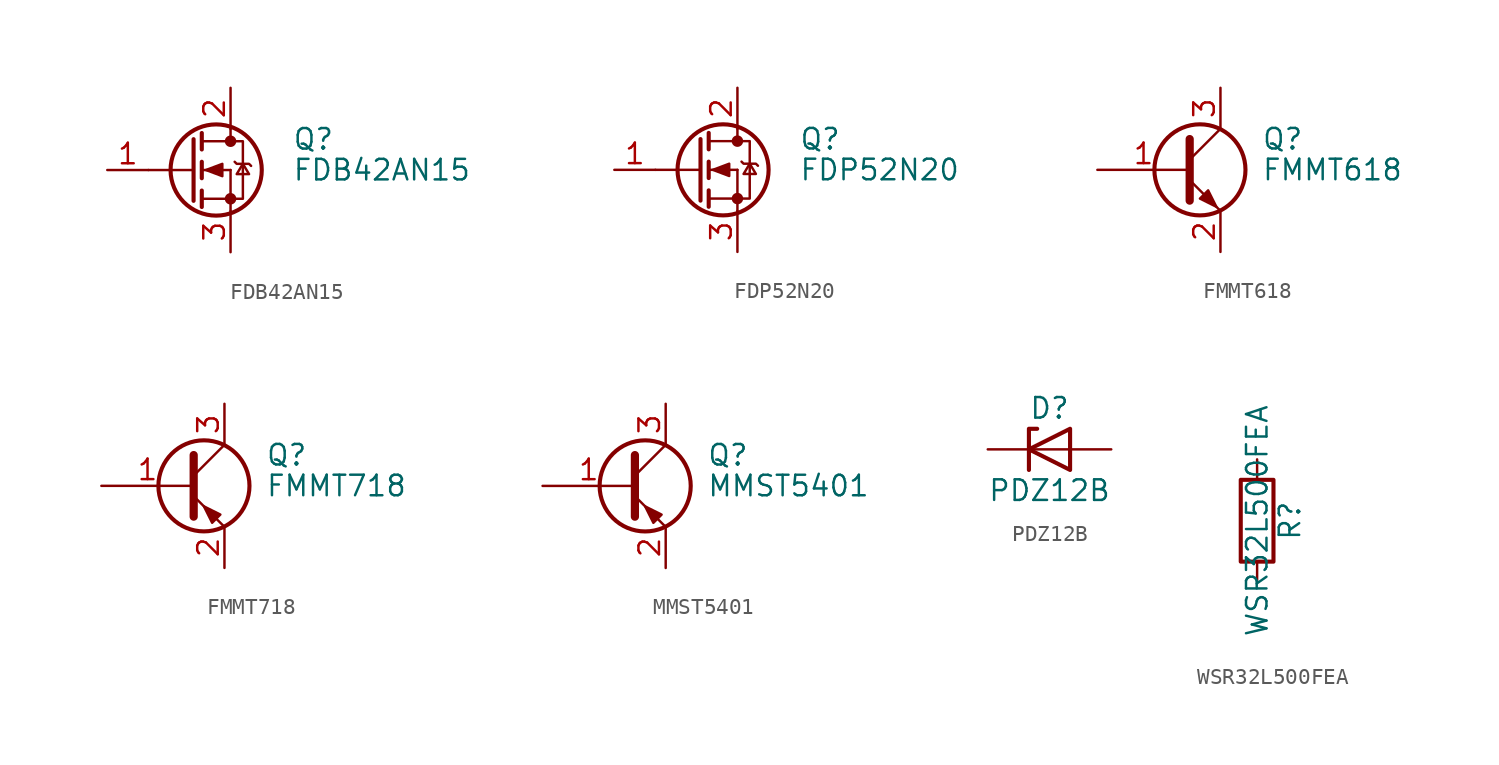
<source format=kicad_sym>
(kicad_symbol_lib
  (version 20211014)
  (generator kicad_symbol_editor)
  (symbol "FDB42AN15"
    (pin_names
      (offset 0) hide)
    (property "Reference" "Q"
      (at 6.35 1.905 0)
      (effects (font (size 1.27 1.27)) (justify left)))
    (property "Value" "FDB42AN15"
      (at 6.35 0 0)
      (effects (font (size 1.27 1.27)) (justify left)))
    (symbol "FDB42AN15_0_1"
      (polyline (pts (xy 0.254 0) (xy -2.54 0)) (stroke (width 0) (type default) (color 0 0 0 0)) (fill (type none)))
      (polyline (pts (xy 0.762 -1.778) (xy 2.54 -1.778)) (stroke (width 0) (type default) (color 0 0 0 0)) (fill (type none)))
      (polyline (pts (xy 0.762 -1.27) (xy 0.762 -2.286)) (stroke (width 0.254) (type default) (color 0 0 0 0)) (fill (type none)))
      (polyline (pts (xy 0.762 0) (xy 2.54 0)) (stroke (width 0) (type default) (color 0 0 0 0)) (fill (type none)))
      (polyline (pts (xy 0.762 0.508) (xy 0.762 -0.508)) (stroke (width 0.254) (type default) (color 0 0 0 0)) (fill (type none)))
      (polyline (pts (xy 0.762 1.778) (xy 2.54 1.778)) (stroke (width 0) (type default) (color 0 0 0 0)) (fill (type none)))
      (polyline (pts (xy 0.762 2.286) (xy 0.762 1.27)) (stroke (width 0.254) (type default) (color 0 0 0 0)) (fill (type none)))
      (polyline (pts (xy 2.54 -1.778) (xy 2.54 -2.54)) (stroke (width 0) (type default) (color 0 0 0 0)) (fill (type none)))
      (polyline (pts (xy 2.54 -1.778) (xy 2.54 0)) (stroke (width 0) (type default) (color 0 0 0 0)) (fill (type none)))
      (polyline (pts (xy 2.54 2.54) (xy 2.54 1.778)) (stroke (width 0) (type default) (color 0 0 0 0)) (fill (type none)))
      (polyline (pts (xy 0.254 1.905) (xy 0.254 -1.905) (xy 0.254 -1.905)) (stroke (width 0.254) (type default) (color 0 0 0 0)) (fill (type none)))
      (polyline (pts (xy 1.016 0) (xy 2.032 0.381) (xy 2.032 -0.381) (xy 1.016 0)) (stroke (width 0) (type default) (color 0 0 0 0)) (fill (type outline)))
      (polyline (pts (xy 2.54 -1.778) (xy 3.302 -1.778) (xy 3.302 1.778) (xy 2.54 1.778)) (stroke (width 0) (type default) (color 0 0 0 0)) (fill (type none)))
      (polyline (pts (xy 2.794 0.508) (xy 2.921 0.381) (xy 3.683 0.381) (xy 3.81 0.254)) (stroke (width 0) (type default) (color 0 0 0 0)) (fill (type none)))
      (polyline (pts (xy 3.302 0.381) (xy 2.921 -0.254) (xy 3.683 -0.254) (xy 3.302 0.381)) (stroke (width 0) (type default) (color 0 0 0 0)) (fill (type none)))
      (circle (center 1.651 0) (radius 2.819) (stroke (width 0.254) (type default) (color 0 0 0 0)) (fill (type none)))
      (circle (center 2.54 -1.778) (radius 0.279) (stroke (width 0) (type default) (color 0 0 0 0)) (fill (type outline)))
      (circle (center 2.54 1.778) (radius 0.279) (stroke (width 0) (type default) (color 0 0 0 0)) (fill (type outline))))
    (symbol "FDB42AN15_1_1"
      (pin input line (at -5.08 0 0) (length 2.54) (name "G" (effects (font (size 1.27 1.27)))) (number "1" (effects (font (size 1.27 1.27)))))
      (pin passive line (at 2.54 5.08 270) (length 2.54) (name "D" (effects (font (size 1.27 1.27)))) (number "2" (effects (font (size 1.27 1.27)))))
      (pin passive line (at 2.54 -5.08 90) (length 2.54) (name "S" (effects (font (size 1.27 1.27)))) (number "3" (effects (font (size 1.27 1.27)))))))
  (symbol "FDP52N20"
    (pin_names
      (offset 0) hide)
    (property "Reference" "Q"
      (at 6.35 1.905 0)
      (effects (font (size 1.27 1.27)) (justify left)))
    (property "Value" "FDP52N20"
      (at 6.35 0 0)
      (effects (font (size 1.27 1.27)) (justify left)))
    (symbol "FDP52N20_0_1"
      (polyline (pts (xy 0.254 0) (xy -2.54 0)) (stroke (width 0) (type default) (color 0 0 0 0)) (fill (type none)))
      (polyline (pts (xy 0.762 -1.778) (xy 2.54 -1.778)) (stroke (width 0) (type default) (color 0 0 0 0)) (fill (type none)))
      (polyline (pts (xy 0.762 -1.27) (xy 0.762 -2.286)) (stroke (width 0.254) (type default) (color 0 0 0 0)) (fill (type none)))
      (polyline (pts (xy 0.762 0) (xy 2.54 0)) (stroke (width 0) (type default) (color 0 0 0 0)) (fill (type none)))
      (polyline (pts (xy 0.762 0.508) (xy 0.762 -0.508)) (stroke (width 0.254) (type default) (color 0 0 0 0)) (fill (type none)))
      (polyline (pts (xy 0.762 1.778) (xy 2.54 1.778)) (stroke (width 0) (type default) (color 0 0 0 0)) (fill (type none)))
      (polyline (pts (xy 0.762 2.286) (xy 0.762 1.27)) (stroke (width 0.254) (type default) (color 0 0 0 0)) (fill (type none)))
      (polyline (pts (xy 2.54 -1.778) (xy 2.54 -2.54)) (stroke (width 0) (type default) (color 0 0 0 0)) (fill (type none)))
      (polyline (pts (xy 2.54 -1.778) (xy 2.54 0)) (stroke (width 0) (type default) (color 0 0 0 0)) (fill (type none)))
      (polyline (pts (xy 2.54 2.54) (xy 2.54 1.778)) (stroke (width 0) (type default) (color 0 0 0 0)) (fill (type none)))
      (polyline (pts (xy 0.254 1.905) (xy 0.254 -1.905) (xy 0.254 -1.905)) (stroke (width 0.254) (type default) (color 0 0 0 0)) (fill (type none)))
      (polyline (pts (xy 1.016 0) (xy 2.032 0.381) (xy 2.032 -0.381) (xy 1.016 0)) (stroke (width 0) (type default) (color 0 0 0 0)) (fill (type outline)))
      (polyline (pts (xy 2.54 -1.778) (xy 3.302 -1.778) (xy 3.302 1.778) (xy 2.54 1.778)) (stroke (width 0) (type default) (color 0 0 0 0)) (fill (type none)))
      (polyline (pts (xy 2.794 0.508) (xy 2.921 0.381) (xy 3.683 0.381) (xy 3.81 0.254)) (stroke (width 0) (type default) (color 0 0 0 0)) (fill (type none)))
      (polyline (pts (xy 3.302 0.381) (xy 2.921 -0.254) (xy 3.683 -0.254) (xy 3.302 0.381)) (stroke (width 0) (type default) (color 0 0 0 0)) (fill (type none)))
      (circle (center 1.651 0) (radius 2.819) (stroke (width 0.254) (type default) (color 0 0 0 0)) (fill (type none)))
      (circle (center 2.54 -1.778) (radius 0.279) (stroke (width 0) (type default) (color 0 0 0 0)) (fill (type outline)))
      (circle (center 2.54 1.778) (radius 0.279) (stroke (width 0) (type default) (color 0 0 0 0)) (fill (type outline))))
    (symbol "FDP52N20_1_1"
      (pin input line (at -5.08 0 0) (length 2.54) (name "G" (effects (font (size 1.27 1.27)))) (number "1" (effects (font (size 1.27 1.27)))))
      (pin passive line (at 2.54 5.08 270) (length 2.54) (name "D" (effects (font (size 1.27 1.27)))) (number "2" (effects (font (size 1.27 1.27)))))
      (pin passive line (at 2.54 -5.08 90) (length 2.54) (name "S" (effects (font (size 1.27 1.27)))) (number "3" (effects (font (size 1.27 1.27)))))))
  (symbol "FMMT618"
    (pin_names
      (offset 0) hide)
    (property "Reference" "Q"
      (at 5.08 1.905 0)
      (effects (font (size 1.27 1.27)) (justify left)))
    (property "Value" "FMMT618"
      (at 5.08 0 0)
      (effects (font (size 1.27 1.27)) (justify left)))
    (symbol "FMMT618_0_1"
      (polyline (pts (xy 0.635 0.635) (xy 2.54 2.54)) (stroke (width 0) (type default) (color 0 0 0 0)) (fill (type none)))
      (polyline (pts (xy 0.635 -0.635) (xy 2.54 -2.54) (xy 2.54 -2.54)) (stroke (width 0) (type default) (color 0 0 0 0)) (fill (type none)))
      (polyline (pts (xy 0.635 1.905) (xy 0.635 -1.905) (xy 0.635 -1.905)) (stroke (width 0.508) (type default) (color 0 0 0 0)) (fill (type none)))
      (polyline (pts (xy 1.27 -1.778) (xy 1.778 -1.27) (xy 2.286 -2.286) (xy 1.27 -1.778) (xy 1.27 -1.778)) (stroke (width 0) (type default) (color 0 0 0 0)) (fill (type outline)))
      (circle (center 1.27 0) (radius 2.819) (stroke (width 0.254) (type default) (color 0 0 0 0)) (fill (type none))))
    (symbol "FMMT618_1_1"
      (pin input line (at -5.08 0 0) (length 5.715) (name "B" (effects (font (size 1.27 1.27)))) (number "1" (effects (font (size 1.27 1.27)))))
      (pin passive line (at 2.54 -5.08 90) (length 2.54) (name "E" (effects (font (size 1.27 1.27)))) (number "2" (effects (font (size 1.27 1.27)))))
      (pin passive line (at 2.54 5.08 270) (length 2.54) (name "C" (effects (font (size 1.27 1.27)))) (number "3" (effects (font (size 1.27 1.27)))))))
  (symbol "FMMT718"
    (pin_names
      (offset 0) hide)
    (property "Reference" "Q"
      (at 5.08 1.905 0)
      (effects (font (size 1.27 1.27)) (justify left)))
    (property "Value" "FMMT718"
      (at 5.08 0 0)
      (effects (font (size 1.27 1.27)) (justify left)))
    (symbol "FMMT718_0_1"
      (polyline (pts (xy 0.635 0.635) (xy 2.54 2.54)) (stroke (width 0) (type default) (color 0 0 0 0)) (fill (type none)))
      (polyline (pts (xy 0.635 -0.635) (xy 2.54 -2.54) (xy 2.54 -2.54)) (stroke (width 0) (type default) (color 0 0 0 0)) (fill (type none)))
      (polyline (pts (xy 0.635 1.905) (xy 0.635 -1.905) (xy 0.635 -1.905)) (stroke (width 0.508) (type default) (color 0 0 0 0)) (fill (type none)))
      (polyline (pts (xy 2.286 -1.778) (xy 1.778 -2.286) (xy 1.27 -1.27) (xy 2.286 -1.778) (xy 2.286 -1.778)) (stroke (width 0) (type default) (color 0 0 0 0)) (fill (type outline)))
      (circle (center 1.27 0) (radius 2.819) (stroke (width 0.254) (type default) (color 0 0 0 0)) (fill (type none))))
    (symbol "FMMT718_1_1"
      (pin input line (at -5.08 0 0) (length 5.715) (name "B" (effects (font (size 1.27 1.27)))) (number "1" (effects (font (size 1.27 1.27)))))
      (pin passive line (at 2.54 -5.08 90) (length 2.54) (name "E" (effects (font (size 1.27 1.27)))) (number "2" (effects (font (size 1.27 1.27)))))
      (pin passive line (at 2.54 5.08 270) (length 2.54) (name "C" (effects (font (size 1.27 1.27)))) (number "3" (effects (font (size 1.27 1.27)))))))
  (symbol "MMST5401"
    (pin_names
      (offset 0) hide)
    (property "Reference" "Q"
      (at 5.08 1.905 0)
      (effects (font (size 1.27 1.27)) (justify left)))
    (property "Value" "MMST5401"
      (at 5.08 0 0)
      (effects (font (size 1.27 1.27)) (justify left)))
    (symbol "MMST5401_0_1"
      (polyline (pts (xy 0.635 0.635) (xy 2.54 2.54)) (stroke (width 0) (type default) (color 0 0 0 0)) (fill (type none)))
      (polyline (pts (xy 0.635 -0.635) (xy 2.54 -2.54) (xy 2.54 -2.54)) (stroke (width 0) (type default) (color 0 0 0 0)) (fill (type none)))
      (polyline (pts (xy 0.635 1.905) (xy 0.635 -1.905) (xy 0.635 -1.905)) (stroke (width 0.508) (type default) (color 0 0 0 0)) (fill (type none)))
      (polyline (pts (xy 2.286 -1.778) (xy 1.778 -2.286) (xy 1.27 -1.27) (xy 2.286 -1.778) (xy 2.286 -1.778)) (stroke (width 0) (type default) (color 0 0 0 0)) (fill (type outline)))
      (circle (center 1.27 0) (radius 2.819) (stroke (width 0.254) (type default) (color 0 0 0 0)) (fill (type none))))
    (symbol "MMST5401_1_1"
      (pin input line (at -5.08 0 0) (length 5.715) (name "B" (effects (font (size 1.27 1.27)))) (number "1" (effects (font (size 1.27 1.27)))))
      (pin passive line (at 2.54 -5.08 90) (length 2.54) (name "E" (effects (font (size 1.27 1.27)))) (number "2" (effects (font (size 1.27 1.27)))))
      (pin passive line (at 2.54 5.08 270) (length 2.54) (name "C" (effects (font (size 1.27 1.27)))) (number "3" (effects (font (size 1.27 1.27)))))))
  (symbol "PDZ12B"
    (pin_numbers hide)
    (pin_names
      (offset 1.016) hide)
    (property "Reference" "D"
      (at 0 2.54 0)
      (effects (font (size 1.27 1.27))))
    (property "Value" "PDZ12B"
      (at 0 -2.54 0)
      (effects (font (size 1.27 1.27))))
    (symbol "PDZ12B_0_1"
      (polyline (pts (xy 1.27 0) (xy -1.27 0)) (stroke (width 0) (type default) (color 0 0 0 0)) (fill (type none)))
      (polyline (pts (xy -1.27 -1.27) (xy -1.27 1.27) (xy -0.762 1.27)) (stroke (width 0.254) (type default) (color 0 0 0 0)) (fill (type none)))
      (polyline (pts (xy 1.27 -1.27) (xy 1.27 1.27) (xy -1.27 0) (xy 1.27 -1.27)) (stroke (width 0.254) (type default) (color 0 0 0 0)) (fill (type none))))
    (symbol "PDZ12B_1_1"
      (pin passive line (at -3.81 0 0) (length 2.54) (name "K" (effects (font (size 1.27 1.27)))) (number "1" (effects (font (size 1.27 1.27)))))
      (pin passive line (at 3.81 0 180) (length 2.54) (name "A" (effects (font (size 1.27 1.27)))) (number "2" (effects (font (size 1.27 1.27)))))))
  (symbol "WSR32L500FEA"
    (pin_numbers hide)
    (pin_names
      (offset 0))
    (property "Reference" "R"
      (at 2.032 0 90)
      (effects (font (size 1.27 1.27))))
    (property "Value" "WSR32L500FEA"
      (at 0 0 90)
      (effects (font (size 1.27 1.27))))
    (symbol "WSR32L500FEA_0_1"
      (rectangle (start -1.016 -2.54) (end 1.016 2.54) (stroke (width 0.254) (type default) (color 0 0 0 0)) (fill (type none))))
    (symbol "WSR32L500FEA_1_1"
      (pin passive line (at 0 3.81 270) (length 1.27) (name "~" (effects (font (size 1.27 1.27)))) (number "1" (effects (font (size 1.27 1.27)))))
      (pin passive line (at 0 -3.81 90) (length 1.27) (name "~" (effects (font (size 1.27 1.27)))) (number "2" (effects (font (size 1.27 1.27))))))))
</source>
